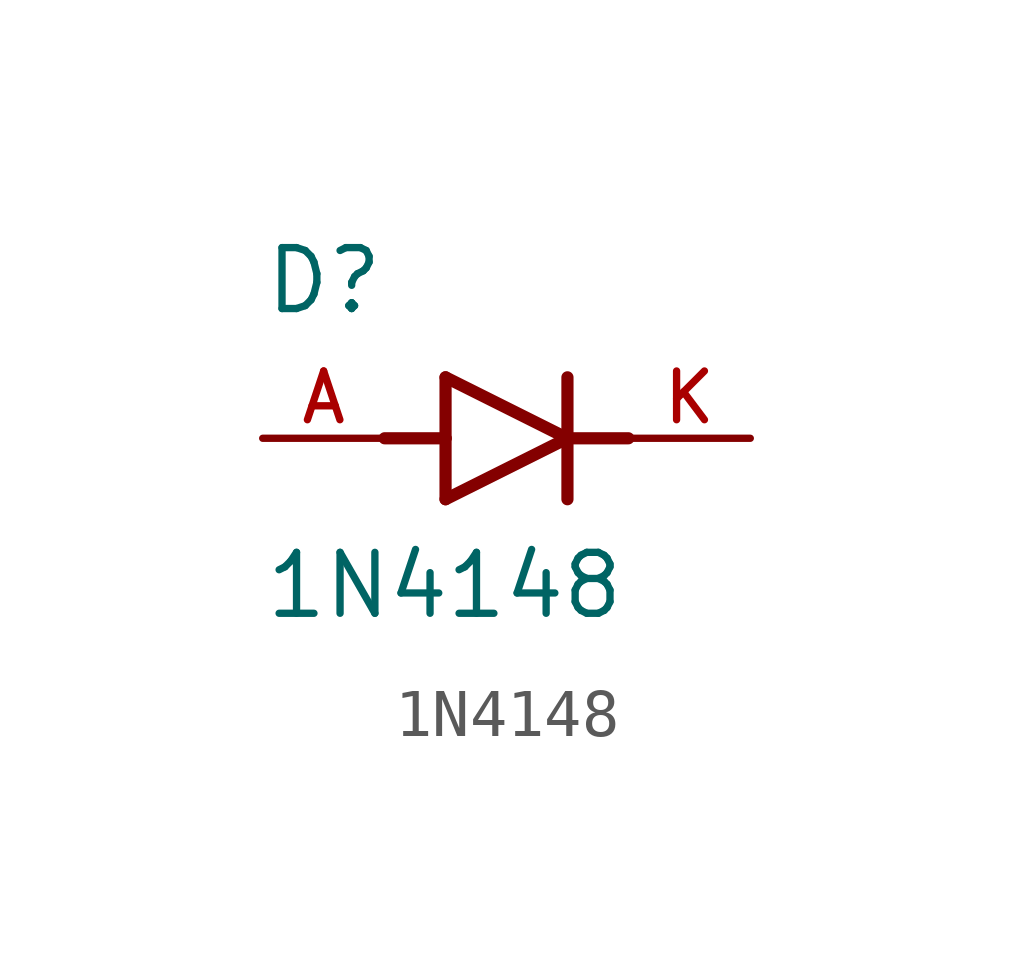
<source format=kicad_sym>
(kicad_symbol_lib
  (version 20211014)
  (generator kicad_symbol_editor)
  (symbol "1N4148"
    (pin_names
      (offset 1.016))
    (property "Reference" "D"
      (at -5.08 2.54 0)
      (effects (font (size 1.27 1.27)) (justify bottom left)))
    (property "Value" "1N4148"
      (at -5.08 -3.81 0)
      (effects (font (size 1.27 1.27)) (justify bottom left)))
    (symbol "1N4148_0_0"
      (polyline (pts (xy -1.27 -1.27) (xy 1.27 0.0)) (stroke (width 0.254)))
      (polyline (pts (xy 1.27 0.0) (xy -1.27 1.27)) (stroke (width 0.254)))
      (polyline (pts (xy 1.27 1.27) (xy 1.27 0.0)) (stroke (width 0.254)))
      (polyline (pts (xy -1.27 1.27) (xy -1.27 0.0)) (stroke (width 0.254)))
      (polyline (pts (xy -1.27 0.0) (xy -1.27 -1.27)) (stroke (width 0.254)))
      (polyline (pts (xy 1.27 0.0) (xy 1.27 -1.27)) (stroke (width 0.254)))
      (polyline (pts (xy -2.54 0.0) (xy -1.27 0.0)) (stroke (width 0.254)))
      (polyline (pts (xy 1.27 0.0) (xy 2.54 0.0)) (stroke (width 0.254)))
      (pin passive line (at 5.08 0.0 180.0) (length 2.54) (name "~" (effects (font (size 1.016 1.016)))) (number "K" (effects (font (size 1.016 1.016)))))
      (pin passive line (at -5.08 0.0 0) (length 2.54) (name "~" (effects (font (size 1.016 1.016)))) (number "A" (effects (font (size 1.016 1.016))))))))
</source>
